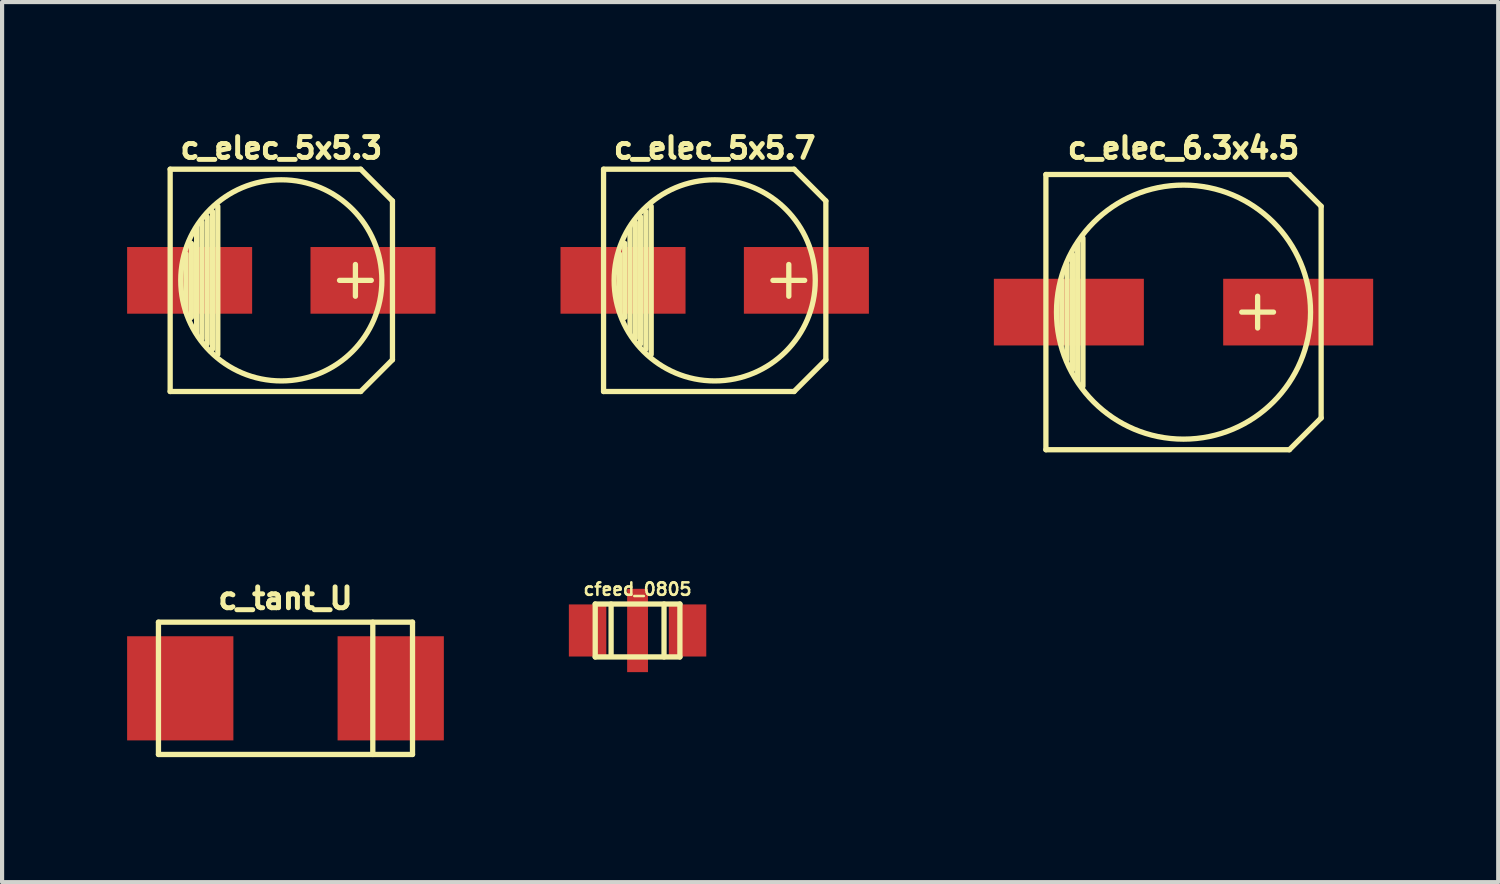
<source format=kicad_pcb>
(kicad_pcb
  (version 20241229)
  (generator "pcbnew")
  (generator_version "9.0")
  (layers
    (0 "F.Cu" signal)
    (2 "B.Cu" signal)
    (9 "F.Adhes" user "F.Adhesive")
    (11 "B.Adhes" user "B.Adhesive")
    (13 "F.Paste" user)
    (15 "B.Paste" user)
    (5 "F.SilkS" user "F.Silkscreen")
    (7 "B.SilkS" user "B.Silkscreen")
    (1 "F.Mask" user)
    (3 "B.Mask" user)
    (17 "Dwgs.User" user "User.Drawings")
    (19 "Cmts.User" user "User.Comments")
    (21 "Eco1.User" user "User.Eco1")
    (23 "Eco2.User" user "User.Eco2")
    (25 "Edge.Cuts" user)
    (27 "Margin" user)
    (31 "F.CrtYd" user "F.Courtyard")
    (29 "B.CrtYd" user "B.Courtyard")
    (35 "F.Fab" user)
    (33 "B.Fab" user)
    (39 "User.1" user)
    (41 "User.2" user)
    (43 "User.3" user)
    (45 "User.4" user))
  (footprint "c_elec_5x5.3"
    (layer "F.Cu")
    (at 3.7 3.677)
    (property "Reference" "c_elec_5x5.3" (at 0 -3.175 0) (layer "F.SilkS") (effects (font (size 0.5 0.5) (thickness 0.119))))
    (attr through_hole)
    (fp_line (start -2.667 -2.667) (end 1.905 -2.667) (stroke (width 0.127) (type solid)) (layer "F.SilkS"))
    (fp_line (start -2.667 2.667) (end -2.667 -2.667) (stroke (width 0.127) (type solid)) (layer "F.SilkS"))
    (fp_line (start -2.286 -0.635) (end -2.286 0.762) (stroke (width 0.127) (type solid)) (layer "F.SilkS"))
    (fp_line (start -2.159 -0.889) (end -2.159 0.889) (stroke (width 0.127) (type solid)) (layer "F.SilkS"))
    (fp_line (start -2.032 -1.27) (end -2.032 1.27) (stroke (width 0.127) (type solid)) (layer "F.SilkS"))
    (fp_line (start -1.905 1.397) (end -1.905 -1.397) (stroke (width 0.127) (type solid)) (layer "F.SilkS"))
    (fp_line (start -1.778 -1.524) (end -1.778 1.524) (stroke (width 0.127) (type solid)) (layer "F.SilkS"))
    (fp_line (start -1.651 1.651) (end -1.651 -1.651) (stroke (width 0.127) (type solid)) (layer "F.SilkS"))
    (fp_line (start -1.524 -1.778) (end -1.524 1.778) (stroke (width 0.127) (type solid)) (layer "F.SilkS"))
    (fp_line (start 1.778 -0.381) (end 1.778 0.381) (stroke (width 0.127) (type solid)) (layer "F.SilkS"))
    (fp_line (start 1.905 -2.667) (end 2.667 -1.905) (stroke (width 0.127) (type solid)) (layer "F.SilkS"))
    (fp_line (start 1.905 2.667) (end -2.667 2.667) (stroke (width 0.127) (type solid)) (layer "F.SilkS"))
    (fp_line (start 2.159 0) (end 1.397 0) (stroke (width 0.127) (type solid)) (layer "F.SilkS"))
    (fp_line (start 2.667 -1.905) (end 2.667 1.905) (stroke (width 0.127) (type solid)) (layer "F.SilkS"))
    (fp_line (start 2.667 1.905) (end 1.905 2.667) (stroke (width 0.127) (type solid)) (layer "F.SilkS"))
    (fp_circle (center 0 0) (end -2.413 0) (stroke (width 0.127) (type solid)) (fill no) (layer "F.SilkS"))
    (pad "1" smd rect (at 2.2 0) (size 3 1.6) (layers "F.Cu" "F.Mask" "F.Paste"))
    (pad "2" smd rect (at -2.2 0) (size 3 1.6) (layers "F.Cu" "F.Mask" "F.Paste")))
  (footprint "cfeed_0805"
    (layer "F.Cu")
    (at 12.248 12.078)
    (property "Reference" "cfeed_0805" (at 0 -0.991 0) (layer "F.SilkS") (effects (font (size 0.3 0.3) (thickness 0.061))))
    (attr through_hole)
    (fp_line (start -1.016 -0.635) (end 1.016 -0.635) (stroke (width 0.127) (type solid)) (layer "F.SilkS"))
    (fp_line (start -1.016 0.635) (end -1.016 -0.635) (stroke (width 0.127) (type solid)) (layer "F.SilkS"))
    (fp_line (start -0.635 -0.635) (end -0.635 0.61) (stroke (width 0.127) (type solid)) (layer "F.SilkS"))
    (fp_line (start 0.635 -0.635) (end 0.635 0.635) (stroke (width 0.127) (type solid)) (layer "F.SilkS"))
    (fp_line (start 1.016 -0.635) (end 1.016 0.635) (stroke (width 0.127) (type solid)) (layer "F.SilkS"))
    (fp_line (start 1.016 0.635) (end -1.016 0.635) (stroke (width 0.127) (type solid)) (layer "F.SilkS"))
    (pad "1" smd rect (at 1.199 0) (size 0.899 1.25) (layers "F.Cu" "F.Mask" "F.Paste"))
    (pad "2" smd rect (at -1.199 0) (size 0.899 1.25) (layers "F.Cu" "F.Mask" "F.Paste"))
    (pad "3" smd rect (at 0 0) (size 0.5 1.999) (layers "F.Cu" "F.Mask" "F.Paste")))
  (footprint "c_elec_6.3x4.5"
    (layer "F.Cu")
    (at 25.348 4.439)
    (property "Reference" "c_elec_6.3x4.5" (at 0 -3.937 0) (layer "F.SilkS") (effects (font (size 0.5 0.5) (thickness 0.119))))
    (attr through_hole)
    (fp_line (start -3.302 -3.302) (end -3.302 3.302) (stroke (width 0.127) (type solid)) (layer "F.SilkS"))
    (fp_line (start -3.302 3.302) (end 2.54 3.302) (stroke (width 0.127) (type solid)) (layer "F.SilkS"))
    (fp_line (start -2.921 -0.762) (end -2.921 0.762) (stroke (width 0.127) (type solid)) (layer "F.SilkS"))
    (fp_line (start -2.794 1.143) (end -2.794 -1.143) (stroke (width 0.127) (type solid)) (layer "F.SilkS"))
    (fp_line (start -2.667 -1.397) (end -2.667 1.397) (stroke (width 0.127) (type solid)) (layer "F.SilkS"))
    (fp_line (start -2.54 1.651) (end -2.54 -1.651) (stroke (width 0.127) (type solid)) (layer "F.SilkS"))
    (fp_line (start -2.413 -1.778) (end -2.413 1.778) (stroke (width 0.127) (type solid)) (layer "F.SilkS"))
    (fp_line (start 1.778 -0.381) (end 1.778 0.381) (stroke (width 0.127) (type solid)) (layer "F.SilkS"))
    (fp_line (start 2.159 0) (end 1.397 0) (stroke (width 0.127) (type solid)) (layer "F.SilkS"))
    (fp_line (start 2.54 -3.302) (end -3.302 -3.302) (stroke (width 0.127) (type solid)) (layer "F.SilkS"))
    (fp_line (start 2.54 3.302) (end 3.302 2.54) (stroke (width 0.127) (type solid)) (layer "F.SilkS"))
    (fp_line (start 3.302 -2.54) (end 2.54 -3.302) (stroke (width 0.127) (type solid)) (layer "F.SilkS"))
    (fp_line (start 3.302 2.54) (end 3.302 -2.54) (stroke (width 0.127) (type solid)) (layer "F.SilkS"))
    (fp_circle (center 0 0) (end -3.048 0) (stroke (width 0.127) (type solid)) (fill no) (layer "F.SilkS"))
    (pad "1" smd rect (at 2.751 0) (size 3.599 1.6) (layers "F.Cu" "F.Mask" "F.Paste"))
    (pad "2" smd rect (at -2.751 0) (size 3.599 1.6) (layers "F.Cu" "F.Mask" "F.Paste")))
  (footprint "c_elec_5x5.7"
    (layer "F.Cu")
    (at 14.099 3.677)
    (property "Reference" "c_elec_5x5.7" (at 0 -3.175 0) (layer "F.SilkS") (effects (font (size 0.5 0.5) (thickness 0.119))))
    (attr through_hole)
    (fp_line (start -2.667 -2.667) (end 1.905 -2.667) (stroke (width 0.127) (type solid)) (layer "F.SilkS"))
    (fp_line (start -2.667 2.667) (end -2.667 -2.667) (stroke (width 0.127) (type solid)) (layer "F.SilkS"))
    (fp_line (start -2.286 -0.635) (end -2.286 0.762) (stroke (width 0.127) (type solid)) (layer "F.SilkS"))
    (fp_line (start -2.159 -0.889) (end -2.159 0.889) (stroke (width 0.127) (type solid)) (layer "F.SilkS"))
    (fp_line (start -2.032 -1.27) (end -2.032 1.27) (stroke (width 0.127) (type solid)) (layer "F.SilkS"))
    (fp_line (start -1.905 1.397) (end -1.905 -1.397) (stroke (width 0.127) (type solid)) (layer "F.SilkS"))
    (fp_line (start -1.778 -1.524) (end -1.778 1.524) (stroke (width 0.127) (type solid)) (layer "F.SilkS"))
    (fp_line (start -1.651 1.651) (end -1.651 -1.651) (stroke (width 0.127) (type solid)) (layer "F.SilkS"))
    (fp_line (start -1.524 -1.778) (end -1.524 1.778) (stroke (width 0.127) (type solid)) (layer "F.SilkS"))
    (fp_line (start 1.778 -0.381) (end 1.778 0.381) (stroke (width 0.127) (type solid)) (layer "F.SilkS"))
    (fp_line (start 1.905 -2.667) (end 2.667 -1.905) (stroke (width 0.127) (type solid)) (layer "F.SilkS"))
    (fp_line (start 1.905 2.667) (end -2.667 2.667) (stroke (width 0.127) (type solid)) (layer "F.SilkS"))
    (fp_line (start 2.159 0) (end 1.397 0) (stroke (width 0.127) (type solid)) (layer "F.SilkS"))
    (fp_line (start 2.667 -1.905) (end 2.667 1.905) (stroke (width 0.127) (type solid)) (layer "F.SilkS"))
    (fp_line (start 2.667 1.905) (end 1.905 2.667) (stroke (width 0.127) (type solid)) (layer "F.SilkS"))
    (fp_circle (center 0 0) (end -2.413 0) (stroke (width 0.127) (type solid)) (fill no) (layer "F.SilkS"))
    (pad "1" smd rect (at 2.2 0) (size 3 1.6) (layers "F.Cu" "F.Mask" "F.Paste"))
    (pad "2" smd rect (at -2.2 0) (size 3 1.6) (layers "F.Cu" "F.Mask" "F.Paste")))
  (footprint "c_tant_U"
    (layer "F.Cu")
    (at 3.8 13.466)
    (property "Reference" "c_tant_U" (at 0 -2.159 0) (layer "F.SilkS") (effects (font (size 0.5 0.5) (thickness 0.119))))
    (attr through_hole)
    (fp_line (start -3.048 -1.587) (end -3.048 1.587) (stroke (width 0.127) (type solid)) (layer "F.SilkS"))
    (fp_line (start -3.048 1.587) (end 3.048 1.587) (stroke (width 0.127) (type solid)) (layer "F.SilkS"))
    (fp_line (start 2.095 -1.587) (end 2.095 1.587) (stroke (width 0.127) (type solid)) (layer "F.SilkS"))
    (fp_line (start 3.048 -1.587) (end -3.048 -1.587) (stroke (width 0.127) (type solid)) (layer "F.SilkS"))
    (fp_line (start 3.048 1.587) (end 3.048 -1.587) (stroke (width 0.127) (type solid)) (layer "F.SilkS"))
    (pad "1" smd rect (at 2.525 0) (size 2.55 2.499) (layers "F.Cu" "F.Mask" "F.Paste"))
    (pad "2" smd rect (at -2.525 0) (size 2.55 2.499) (layers "F.Cu" "F.Mask" "F.Paste")))
  (gr_rect
    (start -3 -3)
    (end 32.899 18.117)
    (stroke (width 0.1) (type default))
    (fill no)
    (layer "Edge.Cuts")))
</source>
